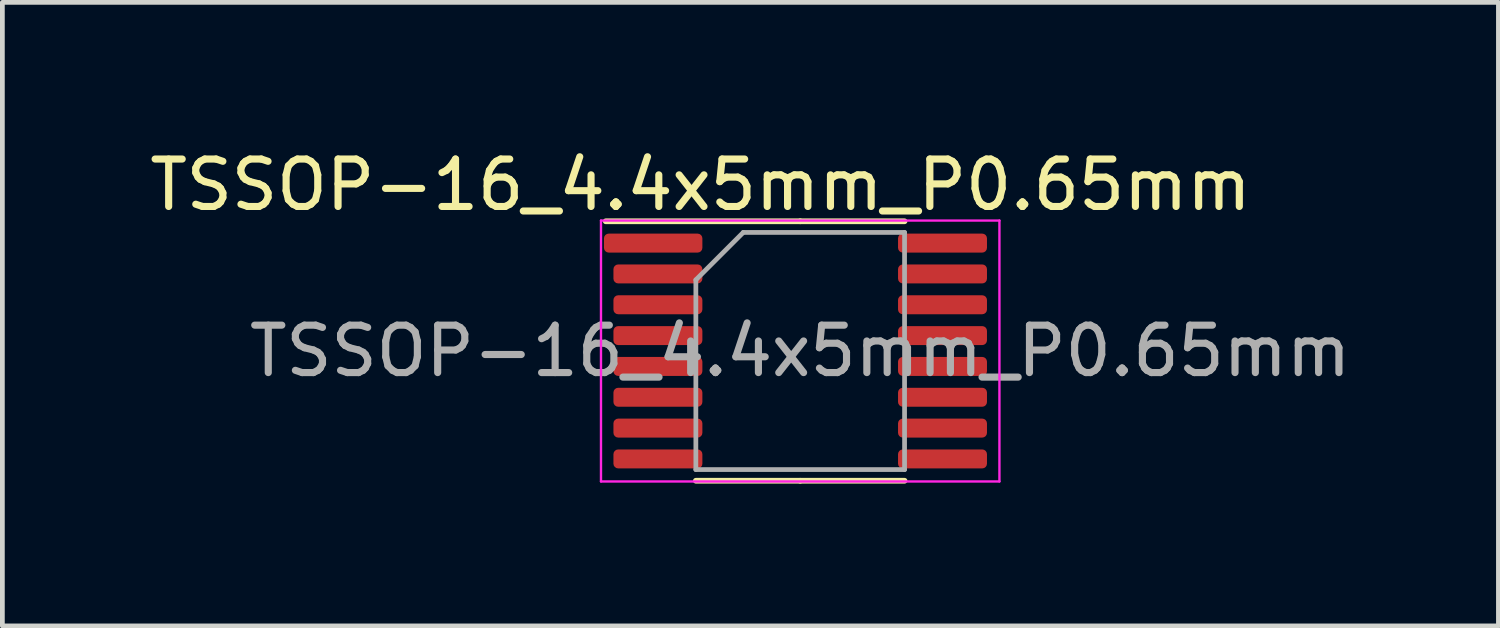
<source format=kicad_pcb>
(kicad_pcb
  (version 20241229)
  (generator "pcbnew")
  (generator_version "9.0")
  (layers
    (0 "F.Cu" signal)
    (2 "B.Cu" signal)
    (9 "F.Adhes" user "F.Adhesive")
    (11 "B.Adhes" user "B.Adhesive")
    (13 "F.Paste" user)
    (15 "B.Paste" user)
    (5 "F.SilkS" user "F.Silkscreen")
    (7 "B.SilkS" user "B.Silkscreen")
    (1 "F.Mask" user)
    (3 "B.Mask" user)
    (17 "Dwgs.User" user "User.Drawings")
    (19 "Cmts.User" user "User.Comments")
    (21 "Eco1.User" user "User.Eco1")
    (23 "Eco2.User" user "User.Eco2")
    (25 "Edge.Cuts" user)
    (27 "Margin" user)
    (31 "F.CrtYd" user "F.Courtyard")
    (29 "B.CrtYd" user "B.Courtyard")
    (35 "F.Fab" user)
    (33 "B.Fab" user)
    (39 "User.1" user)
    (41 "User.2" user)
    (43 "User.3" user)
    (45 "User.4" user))
  (footprint "TSSOP-16_4.4x5mm_P0.65mm"
    (layer "F.Cu")
    (at 13.82 4.35)
    (property "Reference" "TSSOP-16_4.4x5mm_P0.65mm" (at -2.1 -3.502 0) (layer "F.SilkS") (effects (font (size 1 1) (thickness 0.15))))
    (attr smd)
    (fp_line (start 0 -2.735) (end -4.1 -2.735) (stroke (width 0.12) (type solid)) (layer "F.SilkS"))
    (fp_line (start 0 -2.735) (end 2.2 -2.735) (stroke (width 0.12) (type solid)) (layer "F.SilkS"))
    (fp_line (start 0 2.735) (end -2.2 2.735) (stroke (width 0.12) (type solid)) (layer "F.SilkS"))
    (fp_line (start 0 2.735) (end 2.2 2.735) (stroke (width 0.12) (type solid)) (layer "F.SilkS"))
    (fp_line (start -4.2 -2.75) (end -4.2 2.75) (stroke (width 0.05) (type solid)) (layer "F.CrtYd"))
    (fp_line (start -4.2 2.75) (end 4.2 2.75) (stroke (width 0.05) (type solid)) (layer "F.CrtYd"))
    (fp_line (start 4.2 -2.75) (end -4.2 -2.75) (stroke (width 0.05) (type solid)) (layer "F.CrtYd"))
    (fp_line (start 4.2 2.75) (end 4.2 -2.75) (stroke (width 0.05) (type solid)) (layer "F.CrtYd"))
    (fp_line (start -2.2 -1.5) (end -1.2 -2.5) (stroke (width 0.1) (type solid)) (layer "F.Fab"))
    (fp_line (start -2.2 2.5) (end -2.2 -1.5) (stroke (width 0.1) (type solid)) (layer "F.Fab"))
    (fp_line (start -1.2 -2.5) (end 2.2 -2.5) (stroke (width 0.1) (type solid)) (layer "F.Fab"))
    (fp_line (start 2.2 -2.5) (end 2.2 2.5) (stroke (width 0.1) (type solid)) (layer "F.Fab"))
    (fp_line (start 2.2 2.5) (end -2.2 2.5) (stroke (width 0.1) (type solid)) (layer "F.Fab"))
    (fp_text user "${REFERENCE}" (at 0 0 0) (layer "F.Fab") (effects (font (size 1 1) (thickness 0.15))))
    (pad "1" smd roundrect (at -3.1 -2.275) (size 2.075 0.4) (layers "F.Cu" "F.Mask" "F.Paste") (roundrect_rratio 0.25))
    (pad "2" smd roundrect (at -3 -1.625) (size 1.875 0.4) (layers "F.Cu" "F.Mask" "F.Paste") (roundrect_rratio 0.25))
    (pad "3" smd roundrect (at -3 -0.975) (size 1.875 0.4) (layers "F.Cu" "F.Mask" "F.Paste") (roundrect_rratio 0.25))
    (pad "4" smd roundrect (at -3 -0.325) (size 1.875 0.4) (layers "F.Cu" "F.Mask" "F.Paste") (roundrect_rratio 0.25))
    (pad "5" smd roundrect (at -3 0.325) (size 1.875 0.4) (layers "F.Cu" "F.Mask" "F.Paste") (roundrect_rratio 0.25))
    (pad "6" smd roundrect (at -3 0.975) (size 1.875 0.4) (layers "F.Cu" "F.Mask" "F.Paste") (roundrect_rratio 0.25))
    (pad "7" smd roundrect (at -3 1.625) (size 1.875 0.4) (layers "F.Cu" "F.Mask" "F.Paste") (roundrect_rratio 0.25))
    (pad "8" smd roundrect (at -3 2.275) (size 1.875 0.4) (layers "F.Cu" "F.Mask" "F.Paste") (roundrect_rratio 0.25))
    (pad "9" smd roundrect (at 3 2.275) (size 1.875 0.4) (layers "F.Cu" "F.Mask" "F.Paste") (roundrect_rratio 0.25))
    (pad "10" smd roundrect (at 3 1.625) (size 1.875 0.4) (layers "F.Cu" "F.Mask" "F.Paste") (roundrect_rratio 0.25))
    (pad "11" smd roundrect (at 3 0.975) (size 1.875 0.4) (layers "F.Cu" "F.Mask" "F.Paste") (roundrect_rratio 0.25))
    (pad "12" smd roundrect (at 3 0.325) (size 1.875 0.4) (layers "F.Cu" "F.Mask" "F.Paste") (roundrect_rratio 0.25))
    (pad "13" smd roundrect (at 3 -0.325) (size 1.875 0.4) (layers "F.Cu" "F.Mask" "F.Paste") (roundrect_rratio 0.25))
    (pad "14" smd roundrect (at 3 -0.975) (size 1.875 0.4) (layers "F.Cu" "F.Mask" "F.Paste") (roundrect_rratio 0.25))
    (pad "15" smd roundrect (at 3 -1.625) (size 1.875 0.4) (layers "F.Cu" "F.Mask" "F.Paste") (roundrect_rratio 0.25))
    (pad "16" smd roundrect (at 3 -2.275) (size 1.875 0.4) (layers "F.Cu" "F.Mask" "F.Paste") (roundrect_rratio 0.25)))
  (gr_rect
    (start -3 -3)
    (end 28.54 10.145)
    (stroke (width 0.1) (type default))
    (fill no)
    (layer "Edge.Cuts")))
</source>
